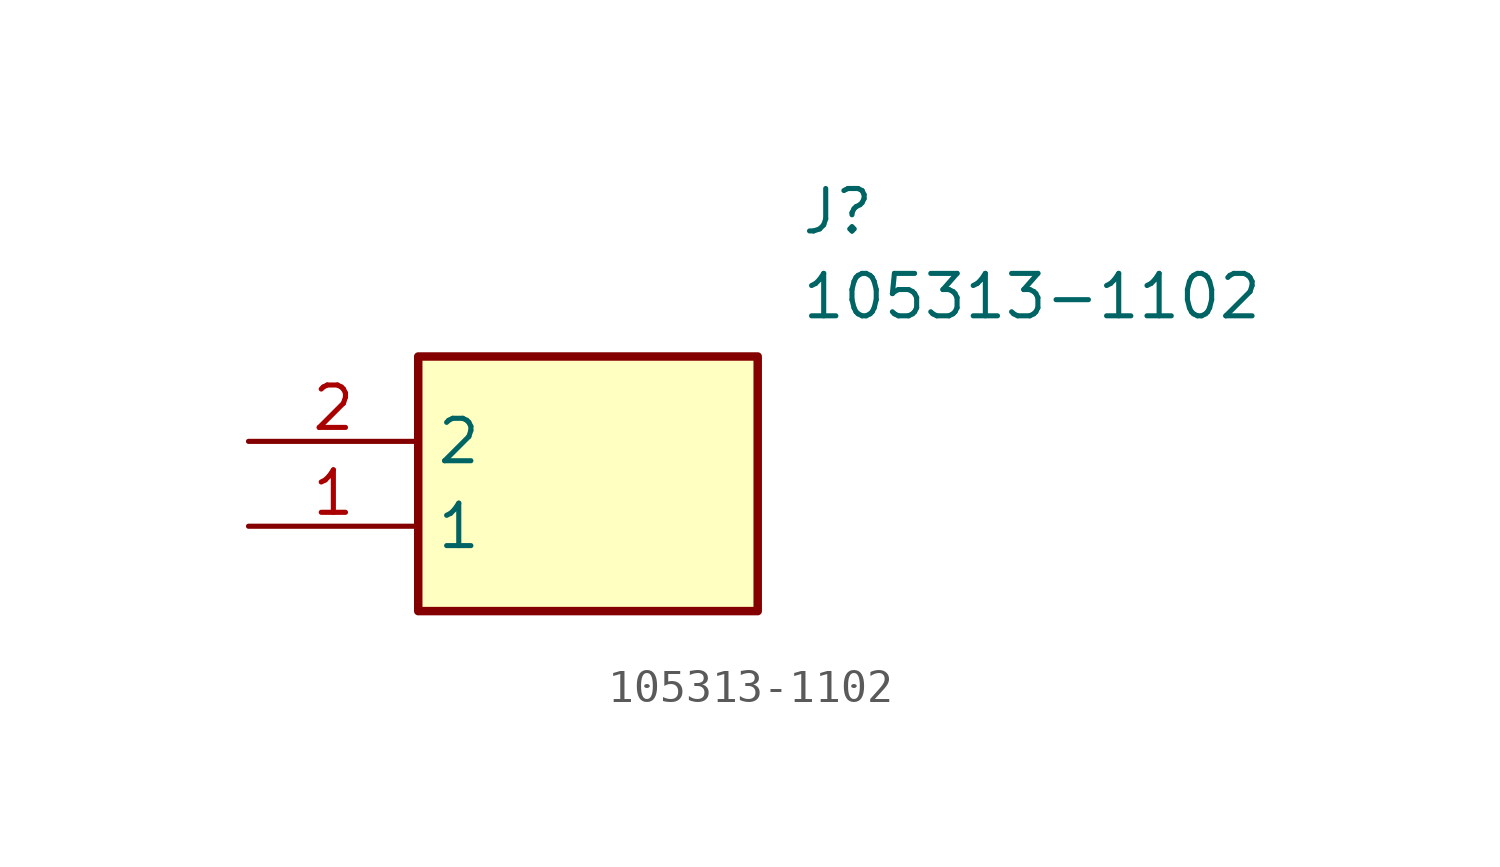
<source format=kicad_sym>
(kicad_symbol_lib
  (version 20231120)
  (generator "kicad_symbol_editor")
  (generator_version "8.0")
  (symbol "105313-1102"
    (property "Reference" "J"
      (at 16.51 7.62 0)
      (effects (font (size 1.27 1.27)) (justify left top)))
    (property "Value" "105313-1102"
      (at 16.51 5.08 0)
      (effects (font (size 1.27 1.27)) (justify left top)))
    (symbol "105313-1102_1_1"
      (rectangle (start 5.08 2.54) (end 15.24 -5.08) (stroke (width 0.254) (type default)) (fill (type background)))
      (pin passive line (at 0 -2.54 0) (length 5.08) (name "1" (effects (font (size 1.27 1.27)))) (number "1" (effects (font (size 1.27 1.27)))))
      (pin passive line (at 0 0 0) (length 5.08) (name "2" (effects (font (size 1.27 1.27)))) (number "2" (effects (font (size 1.27 1.27))))))))
</source>
